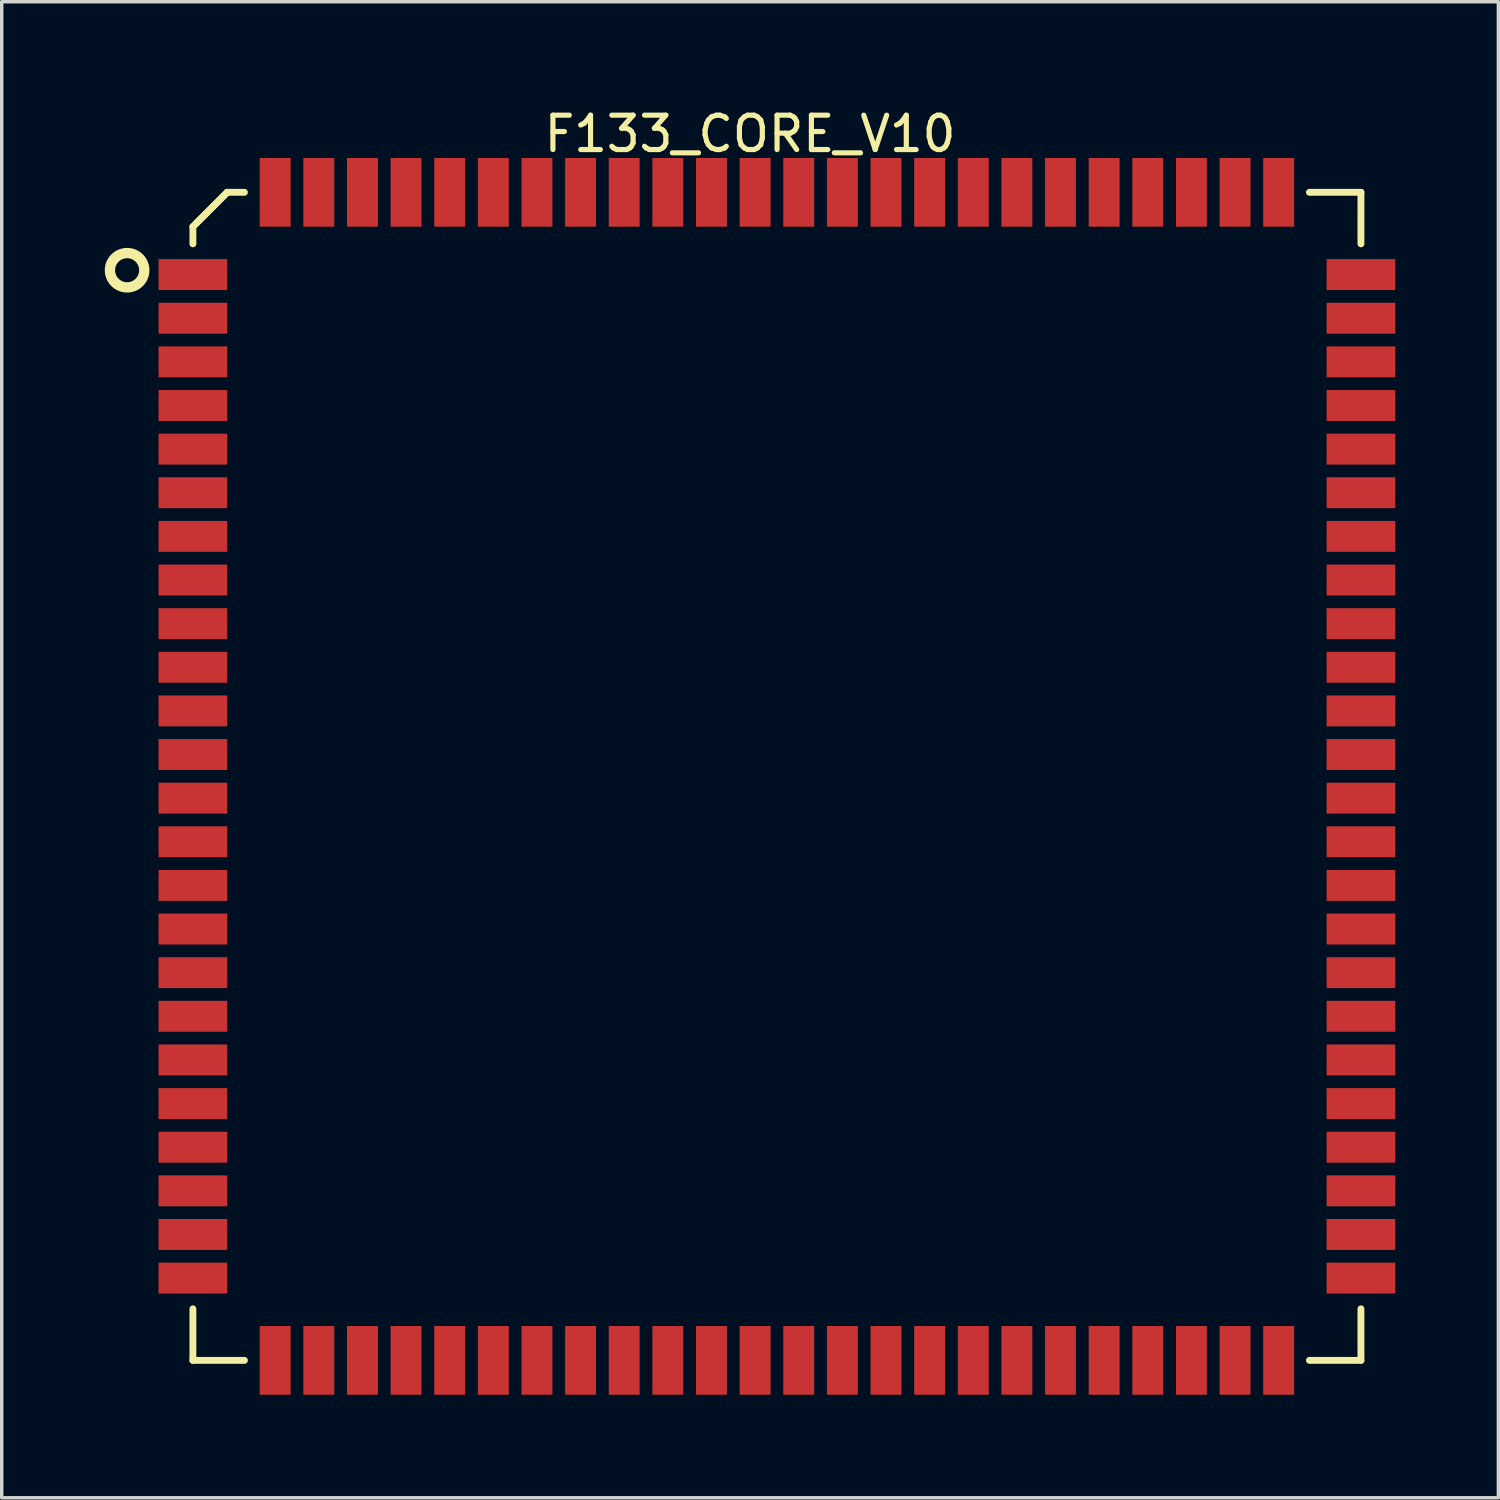
<source format=kicad_pcb>
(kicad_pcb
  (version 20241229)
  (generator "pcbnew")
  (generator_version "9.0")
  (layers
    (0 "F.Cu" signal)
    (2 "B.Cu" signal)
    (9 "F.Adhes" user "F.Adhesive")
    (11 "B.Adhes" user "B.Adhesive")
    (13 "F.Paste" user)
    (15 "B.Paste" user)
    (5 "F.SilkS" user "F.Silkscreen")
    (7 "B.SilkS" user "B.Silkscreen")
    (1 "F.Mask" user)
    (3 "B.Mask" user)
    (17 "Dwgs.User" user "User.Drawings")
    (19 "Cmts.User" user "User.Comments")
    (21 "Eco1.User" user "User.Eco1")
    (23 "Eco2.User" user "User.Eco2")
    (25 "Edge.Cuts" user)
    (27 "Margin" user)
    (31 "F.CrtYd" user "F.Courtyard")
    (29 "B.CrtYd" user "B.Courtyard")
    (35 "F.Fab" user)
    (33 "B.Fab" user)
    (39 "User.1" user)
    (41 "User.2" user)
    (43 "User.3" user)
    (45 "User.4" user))
  (footprint "F133_CORE_V10"
    (layer "F.Cu")
    (at 19.565 19.548)
    (property "Reference" "F133_CORE_V10" (at -0.782 -18.7 0) (layer "F.SilkS") (effects (font (size 1 1) (thickness 0.15))))
    (fp_line (start -17 -16) (end -16 -17) (stroke (width 0.2) (type solid)) (layer "F.SilkS"))
    (fp_line (start -17 -15.5) (end -17 -16) (stroke (width 0.2) (type solid)) (layer "F.SilkS"))
    (fp_line (start -17 17) (end -17 15.5) (stroke (width 0.2) (type solid)) (layer "F.SilkS"))
    (fp_line (start -17 17) (end -15.5 17) (stroke (width 0.2) (type solid)) (layer "F.SilkS"))
    (fp_line (start -16.9 -16.1) (end -16 -17) (stroke (width 0.2) (type solid)) (layer "F.SilkS"))
    (fp_line (start -16 -17) (end -15.5 -17) (stroke (width 0.2) (type solid)) (layer "F.SilkS"))
    (fp_line (start 15.5 -17) (end 17 -17) (stroke (width 0.2) (type solid)) (layer "F.SilkS"))
    (fp_line (start 15.5 17) (end 17 17) (stroke (width 0.2) (type solid)) (layer "F.SilkS"))
    (fp_line (start 17 -15.5) (end 17 -17) (stroke (width 0.2) (type solid)) (layer "F.SilkS"))
    (fp_line (start 17 17) (end 17 15.5) (stroke (width 0.2) (type solid)) (layer "F.SilkS"))
    (fp_circle (center -18.915 -14.732) (end -18.915 -15.232) (stroke (width 0.3) (type solid)) (fill no) (layer "F.SilkS"))
    (pad "1" smd rect (at -17 -14.605 90) (size 0.9 2) (layers "F.Cu" "F.Mask" "F.Paste"))
    (pad "2" smd rect (at -17 -13.335 90) (size 0.9 2) (layers "F.Cu" "F.Mask" "F.Paste"))
    (pad "3" smd rect (at -17 -12.065 90) (size 0.9 2) (layers "F.Cu" "F.Mask" "F.Paste"))
    (pad "4" smd rect (at -17 -10.795 90) (size 0.9 2) (layers "F.Cu" "F.Mask" "F.Paste"))
    (pad "5" smd rect (at -17 -9.525 90) (size 0.9 2) (layers "F.Cu" "F.Mask" "F.Paste"))
    (pad "6" smd rect (at -17 -8.255 90) (size 0.9 2) (layers "F.Cu" "F.Mask" "F.Paste"))
    (pad "7" smd rect (at -17 -6.985 90) (size 0.9 2) (layers "F.Cu" "F.Mask" "F.Paste"))
    (pad "8" smd rect (at -17 -5.715 90) (size 0.9 2) (layers "F.Cu" "F.Mask" "F.Paste"))
    (pad "9" smd rect (at -17 -4.445 90) (size 0.9 2) (layers "F.Cu" "F.Mask" "F.Paste"))
    (pad "10" smd rect (at -17 -3.175 90) (size 0.9 2) (layers "F.Cu" "F.Mask" "F.Paste"))
    (pad "11" smd rect (at -17 -1.905 90) (size 0.9 2) (layers "F.Cu" "F.Mask" "F.Paste"))
    (pad "12" smd rect (at -17 -0.635 90) (size 0.9 2) (layers "F.Cu" "F.Mask" "F.Paste"))
    (pad "13" smd rect (at -17 0.635 90) (size 0.9 2) (layers "F.Cu" "F.Mask" "F.Paste"))
    (pad "14" smd rect (at -17 1.905 90) (size 0.9 2) (layers "F.Cu" "F.Mask" "F.Paste"))
    (pad "15" smd rect (at -17 3.175 90) (size 0.9 2) (layers "F.Cu" "F.Mask" "F.Paste"))
    (pad "16" smd rect (at -17 4.445 90) (size 0.9 2) (layers "F.Cu" "F.Mask" "F.Paste"))
    (pad "17" smd rect (at -17 5.715 90) (size 0.9 2) (layers "F.Cu" "F.Mask" "F.Paste"))
    (pad "18" smd rect (at -17 6.985 90) (size 0.9 2) (layers "F.Cu" "F.Mask" "F.Paste"))
    (pad "19" smd rect (at -17 8.255 90) (size 0.9 2) (layers "F.Cu" "F.Mask" "F.Paste"))
    (pad "20" smd rect (at -17 9.525 90) (size 0.9 2) (layers "F.Cu" "F.Mask" "F.Paste"))
    (pad "21" smd rect (at -17 10.795 90) (size 0.9 2) (layers "F.Cu" "F.Mask" "F.Paste"))
    (pad "22" smd rect (at -17 12.065 90) (size 0.9 2) (layers "F.Cu" "F.Mask" "F.Paste"))
    (pad "23" smd rect (at -17 13.335 90) (size 0.9 2) (layers "F.Cu" "F.Mask" "F.Paste"))
    (pad "24" smd rect (at -17 14.605 90) (size 0.9 2) (layers "F.Cu" "F.Mask" "F.Paste"))
    (pad "25" smd rect (at -14.605 17) (size 0.9 2) (layers "F.Cu" "F.Mask" "F.Paste"))
    (pad "26" smd rect (at -13.335 17) (size 0.9 2) (layers "F.Cu" "F.Mask" "F.Paste"))
    (pad "27" smd rect (at -12.065 17) (size 0.9 2) (layers "F.Cu" "F.Mask" "F.Paste"))
    (pad "28" smd rect (at -10.795 17) (size 0.9 2) (layers "F.Cu" "F.Mask" "F.Paste"))
    (pad "29" smd rect (at -9.525 17) (size 0.9 2) (layers "F.Cu" "F.Mask" "F.Paste"))
    (pad "30" smd rect (at -8.255 17) (size 0.9 2) (layers "F.Cu" "F.Mask" "F.Paste"))
    (pad "31" smd rect (at -6.985 17) (size 0.9 2) (layers "F.Cu" "F.Mask" "F.Paste"))
    (pad "32" smd rect (at -5.715 17) (size 0.9 2) (layers "F.Cu" "F.Mask" "F.Paste"))
    (pad "33" smd rect (at -4.445 17) (size 0.9 2) (layers "F.Cu" "F.Mask" "F.Paste"))
    (pad "34" smd rect (at -3.175 17) (size 0.9 2) (layers "F.Cu" "F.Mask" "F.Paste"))
    (pad "35" smd rect (at -1.905 17) (size 0.9 2) (layers "F.Cu" "F.Mask" "F.Paste"))
    (pad "36" smd rect (at -0.635 17) (size 0.9 2) (layers "F.Cu" "F.Mask" "F.Paste"))
    (pad "37" smd rect (at 0.635 17) (size 0.9 2) (layers "F.Cu" "F.Mask" "F.Paste"))
    (pad "38" smd rect (at 1.905 17) (size 0.9 2) (layers "F.Cu" "F.Mask" "F.Paste"))
    (pad "39" smd rect (at 3.175 17) (size 0.9 2) (layers "F.Cu" "F.Mask" "F.Paste"))
    (pad "40" smd rect (at 4.445 17) (size 0.9 2) (layers "F.Cu" "F.Mask" "F.Paste"))
    (pad "41" smd rect (at 5.715 17) (size 0.9 2) (layers "F.Cu" "F.Mask" "F.Paste"))
    (pad "42" smd rect (at 6.985 17) (size 0.9 2) (layers "F.Cu" "F.Mask" "F.Paste"))
    (pad "43" smd rect (at 8.255 17) (size 0.9 2) (layers "F.Cu" "F.Mask" "F.Paste"))
    (pad "44" smd rect (at 9.525 17) (size 0.9 2) (layers "F.Cu" "F.Mask" "F.Paste"))
    (pad "45" smd rect (at 10.795 17) (size 0.9 2) (layers "F.Cu" "F.Mask" "F.Paste"))
    (pad "46" smd rect (at 12.065 17) (size 0.9 2) (layers "F.Cu" "F.Mask" "F.Paste"))
    (pad "47" smd rect (at 13.335 17) (size 0.9 2) (layers "F.Cu" "F.Mask" "F.Paste"))
    (pad "48" smd rect (at 14.605 17) (size 0.9 2) (layers "F.Cu" "F.Mask" "F.Paste"))
    (pad "49" smd rect (at 17 14.605 90) (size 0.9 2) (layers "F.Cu" "F.Mask" "F.Paste"))
    (pad "50" smd rect (at 17 13.335 90) (size 0.9 2) (layers "F.Cu" "F.Mask" "F.Paste"))
    (pad "51" smd rect (at 17 12.065 90) (size 0.9 2) (layers "F.Cu" "F.Mask" "F.Paste"))
    (pad "52" smd rect (at 17 10.795 90) (size 0.9 2) (layers "F.Cu" "F.Mask" "F.Paste"))
    (pad "53" smd rect (at 17 9.525 90) (size 0.9 2) (layers "F.Cu" "F.Mask" "F.Paste"))
    (pad "54" smd rect (at 17 8.255 90) (size 0.9 2) (layers "F.Cu" "F.Mask" "F.Paste"))
    (pad "55" smd rect (at 17 6.985 90) (size 0.9 2) (layers "F.Cu" "F.Mask" "F.Paste"))
    (pad "56" smd rect (at 17 5.715 90) (size 0.9 2) (layers "F.Cu" "F.Mask" "F.Paste"))
    (pad "57" smd rect (at 17 4.445 90) (size 0.9 2) (layers "F.Cu" "F.Mask" "F.Paste"))
    (pad "58" smd rect (at 17 3.175 90) (size 0.9 2) (layers "F.Cu" "F.Mask" "F.Paste"))
    (pad "59" smd rect (at 17 1.905 90) (size 0.9 2) (layers "F.Cu" "F.Mask" "F.Paste"))
    (pad "60" smd rect (at 17 0.635 90) (size 0.9 2) (layers "F.Cu" "F.Mask" "F.Paste"))
    (pad "61" smd rect (at 17 -0.635 90) (size 0.9 2) (layers "F.Cu" "F.Mask" "F.Paste"))
    (pad "62" smd rect (at 17 -1.905 90) (size 0.9 2) (layers "F.Cu" "F.Mask" "F.Paste"))
    (pad "63" smd rect (at 17 -3.175 90) (size 0.9 2) (layers "F.Cu" "F.Mask" "F.Paste"))
    (pad "64" smd rect (at 17 -4.445 90) (size 0.9 2) (layers "F.Cu" "F.Mask" "F.Paste"))
    (pad "65" smd rect (at 17 -5.715 90) (size 0.9 2) (layers "F.Cu" "F.Mask" "F.Paste"))
    (pad "66" smd rect (at 17 -6.985 90) (size 0.9 2) (layers "F.Cu" "F.Mask" "F.Paste"))
    (pad "67" smd rect (at 17 -8.255 90) (size 0.9 2) (layers "F.Cu" "F.Mask" "F.Paste"))
    (pad "68" smd rect (at 17 -9.525 90) (size 0.9 2) (layers "F.Cu" "F.Mask" "F.Paste"))
    (pad "69" smd rect (at 17 -10.795 90) (size 0.9 2) (layers "F.Cu" "F.Mask" "F.Paste"))
    (pad "70" smd rect (at 17 -12.065 90) (size 0.9 2) (layers "F.Cu" "F.Mask" "F.Paste"))
    (pad "71" smd rect (at 17 -13.335 90) (size 0.9 2) (layers "F.Cu" "F.Mask" "F.Paste"))
    (pad "72" smd rect (at 17 -14.605 90) (size 0.9 2) (layers "F.Cu" "F.Mask" "F.Paste"))
    (pad "73" smd rect (at 14.605 -17) (size 0.9 2) (layers "F.Cu" "F.Mask" "F.Paste"))
    (pad "74" smd rect (at 13.335 -17) (size 0.9 2) (layers "F.Cu" "F.Mask" "F.Paste"))
    (pad "75" smd rect (at 12.065 -17) (size 0.9 2) (layers "F.Cu" "F.Mask" "F.Paste"))
    (pad "76" smd rect (at 10.795 -17) (size 0.9 2) (layers "F.Cu" "F.Mask" "F.Paste"))
    (pad "77" smd rect (at 9.525 -17) (size 0.9 2) (layers "F.Cu" "F.Mask" "F.Paste"))
    (pad "78" smd rect (at 8.255 -17) (size 0.9 2) (layers "F.Cu" "F.Mask" "F.Paste"))
    (pad "79" smd rect (at 6.985 -17) (size 0.9 2) (layers "F.Cu" "F.Mask" "F.Paste"))
    (pad "80" smd rect (at 5.715 -17) (size 0.9 2) (layers "F.Cu" "F.Mask" "F.Paste"))
    (pad "81" smd rect (at 4.445 -17) (size 0.9 2) (layers "F.Cu" "F.Mask" "F.Paste"))
    (pad "82" smd rect (at 3.175 -17) (size 0.9 2) (layers "F.Cu" "F.Mask" "F.Paste"))
    (pad "83" smd rect (at 1.905 -17) (size 0.9 2) (layers "F.Cu" "F.Mask" "F.Paste"))
    (pad "84" smd rect (at 0.635 -17) (size 0.9 2) (layers "F.Cu" "F.Mask" "F.Paste"))
    (pad "85" smd rect (at -0.635 -17) (size 0.9 2) (layers "F.Cu" "F.Mask" "F.Paste"))
    (pad "86" smd rect (at -1.905 -17) (size 0.9 2) (layers "F.Cu" "F.Mask" "F.Paste"))
    (pad "87" smd rect (at -3.175 -17) (size 0.9 2) (layers "F.Cu" "F.Mask" "F.Paste"))
    (pad "88" smd rect (at -4.445 -17) (size 0.9 2) (layers "F.Cu" "F.Mask" "F.Paste"))
    (pad "89" smd rect (at -5.715 -17) (size 0.9 2) (layers "F.Cu" "F.Mask" "F.Paste"))
    (pad "90" smd rect (at -6.985 -17) (size 0.9 2) (layers "F.Cu" "F.Mask" "F.Paste"))
    (pad "91" smd rect (at -8.255 -17) (size 0.9 2) (layers "F.Cu" "F.Mask" "F.Paste"))
    (pad "92" smd rect (at -9.525 -17) (size 0.9 2) (layers "F.Cu" "F.Mask" "F.Paste"))
    (pad "93" smd rect (at -10.795 -17) (size 0.9 2) (layers "F.Cu" "F.Mask" "F.Paste"))
    (pad "94" smd rect (at -12.065 -17) (size 0.9 2) (layers "F.Cu" "F.Mask" "F.Paste"))
    (pad "95" smd rect (at -13.335 -17) (size 0.9 2) (layers "F.Cu" "F.Mask" "F.Paste"))
    (pad "96" smd rect (at -14.605 -17) (size 0.9 2) (layers "F.Cu" "F.Mask" "F.Paste")))
  (gr_rect
    (start -3 -3)
    (end 40.565 40.548)
    (stroke (width 0.1) (type default))
    (fill no)
    (layer "Edge.Cuts")))
</source>
